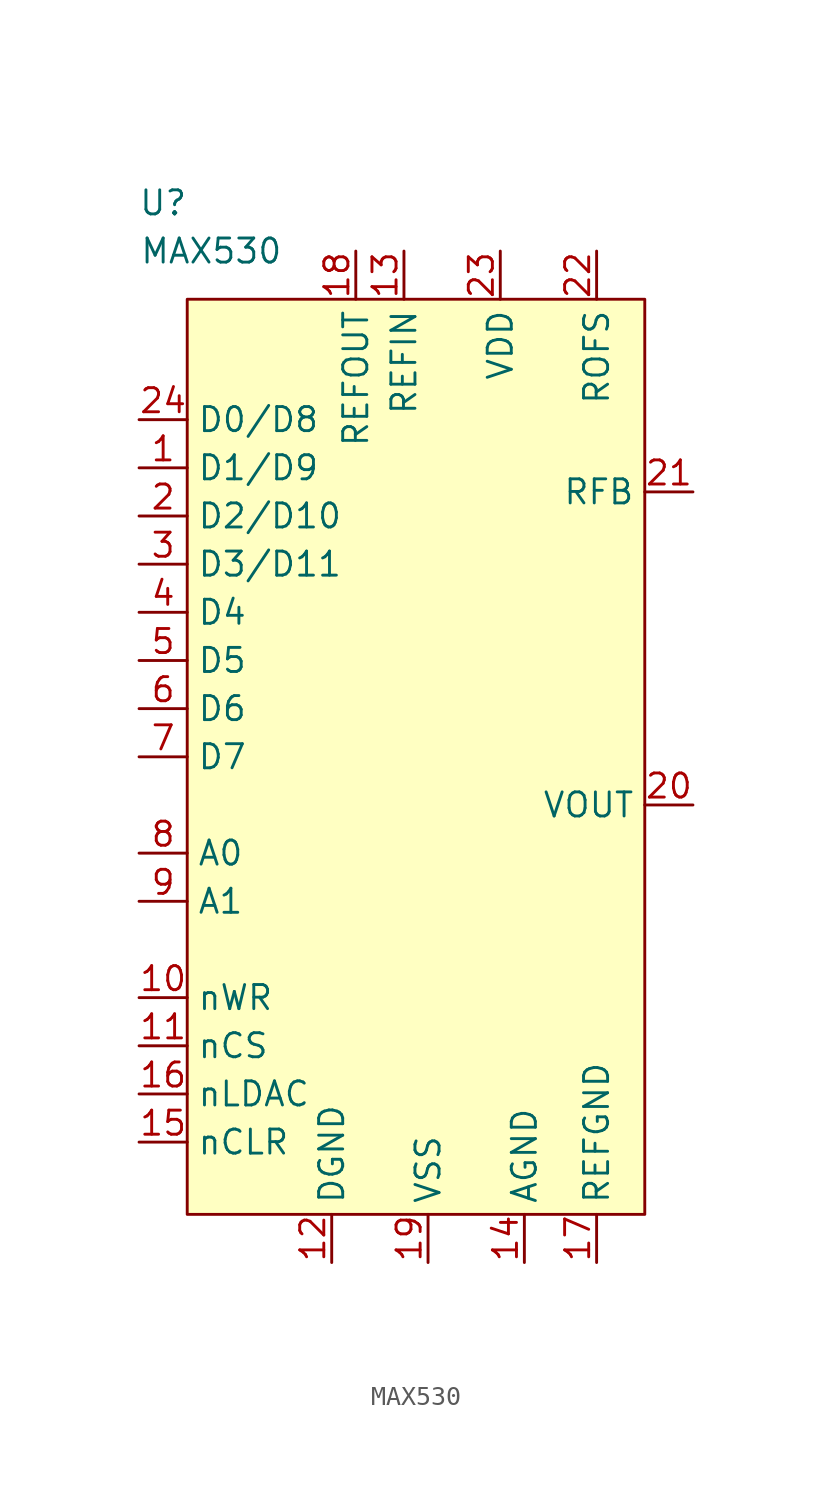
<source format=kicad_sym>
(kicad_symbol_lib
  (version 20211014)
  (generator kicad_symbol_editor)
  (symbol "MAX530"
    (property "Reference" "U"
      (at 1.27 11.43 0)
      (effects (font (size 1.27 1.27))))
    (property "Value" "MAX530"
      (at 3.81 8.89 0)
      (effects (font (size 1.27 1.27))))
    (symbol "MAX530_0_1"
      (rectangle (start 2.54 6.35) (end 26.67 -41.91) (stroke (width 0) (type default) (color 0 0 0 0)) (fill (type background))))
    (symbol "MAX530_1_1"
      (pin input line (at 0 -2.54 0) (length 2.54) (name "D1/D9" (effects (font (size 1.27 1.27)))) (number "1" (effects (font (size 1.27 1.27)))))
      (pin input line (at 0 -30.48 0) (length 2.54) (name "nWR" (effects (font (size 1.27 1.27)))) (number "10" (effects (font (size 1.27 1.27)))))
      (pin input line (at 0 -33.02 0) (length 2.54) (name "nCS" (effects (font (size 1.27 1.27)))) (number "11" (effects (font (size 1.27 1.27)))))
      (pin passive line (at 10.16 -44.45 90) (length 2.54) (name "DGND" (effects (font (size 1.27 1.27)))) (number "12" (effects (font (size 1.27 1.27)))))
      (pin passive line (at 13.97 8.89 270) (length 2.54) (name "REFIN" (effects (font (size 1.27 1.27)))) (number "13" (effects (font (size 1.27 1.27)))))
      (pin passive line (at 20.32 -44.45 90) (length 2.54) (name "AGND" (effects (font (size 1.27 1.27)))) (number "14" (effects (font (size 1.27 1.27)))))
      (pin input line (at 0 -38.1 0) (length 2.54) (name "nCLR" (effects (font (size 1.27 1.27)))) (number "15" (effects (font (size 1.27 1.27)))))
      (pin input line (at 0 -35.56 0) (length 2.54) (name "nLDAC" (effects (font (size 1.27 1.27)))) (number "16" (effects (font (size 1.27 1.27)))))
      (pin passive line (at 24.13 -44.45 90) (length 2.54) (name "REFGND" (effects (font (size 1.27 1.27)))) (number "17" (effects (font (size 1.27 1.27)))))
      (pin passive line (at 11.43 8.89 270) (length 2.54) (name "REFOUT" (effects (font (size 1.27 1.27)))) (number "18" (effects (font (size 1.27 1.27)))))
      (pin passive line (at 15.24 -44.45 90) (length 2.54) (name "VSS" (effects (font (size 1.27 1.27)))) (number "19" (effects (font (size 1.27 1.27)))))
      (pin input line (at 0 -5.08 0) (length 2.54) (name "D2/D10" (effects (font (size 1.27 1.27)))) (number "2" (effects (font (size 1.27 1.27)))))
      (pin passive line (at 29.21 -20.32 180) (length 2.54) (name "VOUT" (effects (font (size 1.27 1.27)))) (number "20" (effects (font (size 1.27 1.27)))))
      (pin passive line (at 29.21 -3.81 180) (length 2.54) (name "RFB" (effects (font (size 1.27 1.27)))) (number "21" (effects (font (size 1.27 1.27)))))
      (pin passive line (at 24.13 8.89 270) (length 2.54) (name "ROFS" (effects (font (size 1.27 1.27)))) (number "22" (effects (font (size 1.27 1.27)))))
      (pin passive line (at 19.05 8.89 270) (length 2.54) (name "VDD" (effects (font (size 1.27 1.27)))) (number "23" (effects (font (size 1.27 1.27)))))
      (pin input line (at 0 0 0) (length 2.54) (name "D0/D8" (effects (font (size 1.27 1.27)))) (number "24" (effects (font (size 1.27 1.27)))))
      (pin input line (at 0 -7.62 0) (length 2.54) (name "D3/D11" (effects (font (size 1.27 1.27)))) (number "3" (effects (font (size 1.27 1.27)))))
      (pin input line (at 0 -10.16 0) (length 2.54) (name "D4" (effects (font (size 1.27 1.27)))) (number "4" (effects (font (size 1.27 1.27)))))
      (pin input line (at 0 -12.7 0) (length 2.54) (name "D5" (effects (font (size 1.27 1.27)))) (number "5" (effects (font (size 1.27 1.27)))))
      (pin input line (at 0 -15.24 0) (length 2.54) (name "D6" (effects (font (size 1.27 1.27)))) (number "6" (effects (font (size 1.27 1.27)))))
      (pin input line (at 0 -17.78 0) (length 2.54) (name "D7" (effects (font (size 1.27 1.27)))) (number "7" (effects (font (size 1.27 1.27)))))
      (pin input line (at 0 -22.86 0) (length 2.54) (name "A0" (effects (font (size 1.27 1.27)))) (number "8" (effects (font (size 1.27 1.27)))))
      (pin input line (at 0 -25.4 0) (length 2.54) (name "A1" (effects (font (size 1.27 1.27)))) (number "9" (effects (font (size 1.27 1.27))))))))
</source>
